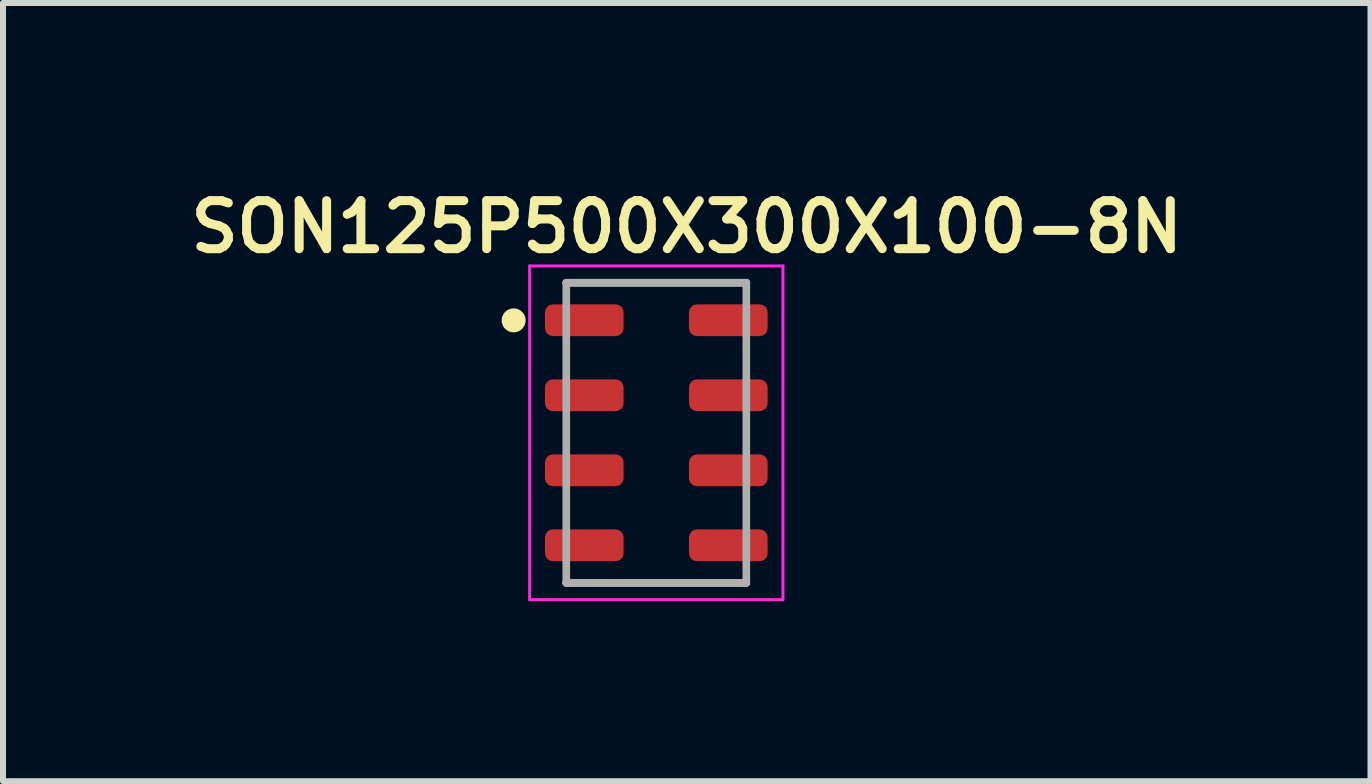
<source format=kicad_pcb>
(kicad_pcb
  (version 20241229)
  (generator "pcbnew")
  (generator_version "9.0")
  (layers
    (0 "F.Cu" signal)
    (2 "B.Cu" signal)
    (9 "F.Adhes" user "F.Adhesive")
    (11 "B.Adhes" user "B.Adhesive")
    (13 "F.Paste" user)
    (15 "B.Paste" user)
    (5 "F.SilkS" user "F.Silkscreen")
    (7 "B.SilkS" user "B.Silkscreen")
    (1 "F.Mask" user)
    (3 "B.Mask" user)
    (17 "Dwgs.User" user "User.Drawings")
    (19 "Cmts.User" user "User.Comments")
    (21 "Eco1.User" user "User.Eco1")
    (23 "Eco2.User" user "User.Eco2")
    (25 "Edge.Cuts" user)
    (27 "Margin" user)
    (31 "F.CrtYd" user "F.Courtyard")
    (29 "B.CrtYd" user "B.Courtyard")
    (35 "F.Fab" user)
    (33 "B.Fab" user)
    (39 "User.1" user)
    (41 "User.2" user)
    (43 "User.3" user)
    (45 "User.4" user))
  (footprint "SON125P500X300X100-8N"
    (layer "F.Cu")
    (at 7.885 4.161)
    (property "Reference" "SON125P500X300X100-8N" (at 0.507 -3.43 0) (layer "F.SilkS") (effects (font (size 0.8 0.8) (thickness 0.15))))
    (attr smd)
    (fp_line (start -1.5 -2.5) (end 1.5 -2.5) (stroke (width 0.127) (type solid)) (layer "F.SilkS"))
    (fp_line (start -1.5 2.5) (end 1.5 2.5) (stroke (width 0.127) (type solid)) (layer "F.SilkS"))
    (fp_circle (center -2.377 -1.873) (end -2.277 -1.873) (stroke (width 0.2) (type solid)) (fill no) (layer "F.SilkS"))
    (fp_line (start -2.11 -2.78) (end -2.11 2.78) (stroke (width 0.05) (type solid)) (layer "F.CrtYd"))
    (fp_line (start -2.11 2.78) (end 2.11 2.78) (stroke (width 0.05) (type solid)) (layer "F.CrtYd"))
    (fp_line (start 2.11 -2.78) (end -2.11 -2.78) (stroke (width 0.05) (type solid)) (layer "F.CrtYd"))
    (fp_line (start 2.11 2.78) (end 2.11 -2.78) (stroke (width 0.05) (type solid)) (layer "F.CrtYd"))
    (fp_line (start -1.5 -2.5) (end -1.5 2.5) (stroke (width 0.127) (type solid)) (layer "F.Fab"))
    (fp_line (start -1.5 2.5) (end 1.5 2.5) (stroke (width 0.127) (type solid)) (layer "F.Fab"))
    (fp_line (start 1.5 -2.5) (end -1.5 -2.5) (stroke (width 0.127) (type solid)) (layer "F.Fab"))
    (fp_line (start 1.5 2.5) (end 1.5 -2.5) (stroke (width 0.127) (type solid)) (layer "F.Fab"))
    (pad "1" smd roundrect (at -1.2 -1.875) (size 1.31 0.53) (layers "F.Cu" "F.Mask" "F.Paste") (roundrect_rratio 0.25))
    (pad "2" smd roundrect (at -1.2 -0.625) (size 1.31 0.53) (layers "F.Cu" "F.Mask" "F.Paste") (roundrect_rratio 0.25))
    (pad "3" smd roundrect (at -1.2 0.625) (size 1.31 0.53) (layers "F.Cu" "F.Mask" "F.Paste") (roundrect_rratio 0.25))
    (pad "4" smd roundrect (at -1.2 1.875) (size 1.31 0.53) (layers "F.Cu" "F.Mask" "F.Paste") (roundrect_rratio 0.25))
    (pad "5" smd roundrect (at 1.2 1.875) (size 1.31 0.53) (layers "F.Cu" "F.Mask" "F.Paste") (roundrect_rratio 0.25))
    (pad "6" smd roundrect (at 1.2 0.625) (size 1.31 0.53) (layers "F.Cu" "F.Mask" "F.Paste") (roundrect_rratio 0.25))
    (pad "7" smd roundrect (at 1.2 -0.625) (size 1.31 0.53) (layers "F.Cu" "F.Mask" "F.Paste") (roundrect_rratio 0.25))
    (pad "8" smd roundrect (at 1.2 -1.875) (size 1.31 0.53) (layers "F.Cu" "F.Mask" "F.Paste") (roundrect_rratio 0.25))
    (zone (net_name "") (layer "F.Cu") (hatch full 0.508) (connect_pads) (min_thickness 0.01) (filled_areas_thickness no) (keepout (tracks not_allowed) (vias not_allowed) (pads not_allowed) (copperpour not_allowed) (footprints allowed)) (placement (enabled no)) (fill) (polygon (pts (xy 6.007 3.974) (xy 9.76 3.974) (xy 9.76 4.349) (xy 6.007 4.349))))
    (zone (net_name "") (layer "F.Cu") (hatch full 0.508) (connect_pads) (min_thickness 0.01) (filled_areas_thickness no) (keepout (tracks not_allowed) (vias not_allowed) (pads not_allowed) (copperpour not_allowed) (footprints allowed)) (placement (enabled no)) (fill) (polygon (pts (xy 6.007 5.224) (xy 9.76 5.224) (xy 9.76 5.601) (xy 6.007 5.601))))
    (zone (net_name "") (layer "F.Cu") (hatch full 0.508) (connect_pads) (min_thickness 0.01) (filled_areas_thickness no) (keepout (tracks not_allowed) (vias not_allowed) (pads not_allowed) (copperpour not_allowed) (footprints allowed)) (placement (enabled no)) (fill) (polygon (pts (xy 6.01 2.724) (xy 9.76 2.724) (xy 9.76 3.099) (xy 6.01 3.099))))
    (zone (net_name "") (layer "F.Cu") (hatch full 0.508) (connect_pads) (min_thickness 0.01) (filled_areas_thickness no) (keepout (tracks not_allowed) (vias not_allowed) (pads not_allowed) (copperpour not_allowed) (footprints allowed)) (placement (enabled no)) (fill) (polygon (pts (xy 7.51 2.256) (xy 8.266 2.256) (xy 8.266 6.096) (xy 7.51 6.096)))))
  (gr_rect
    (start -3 -3)
    (end 19.785 9.966)
    (stroke (width 0.1) (type default))
    (fill no)
    (layer "Edge.Cuts")))
</source>
